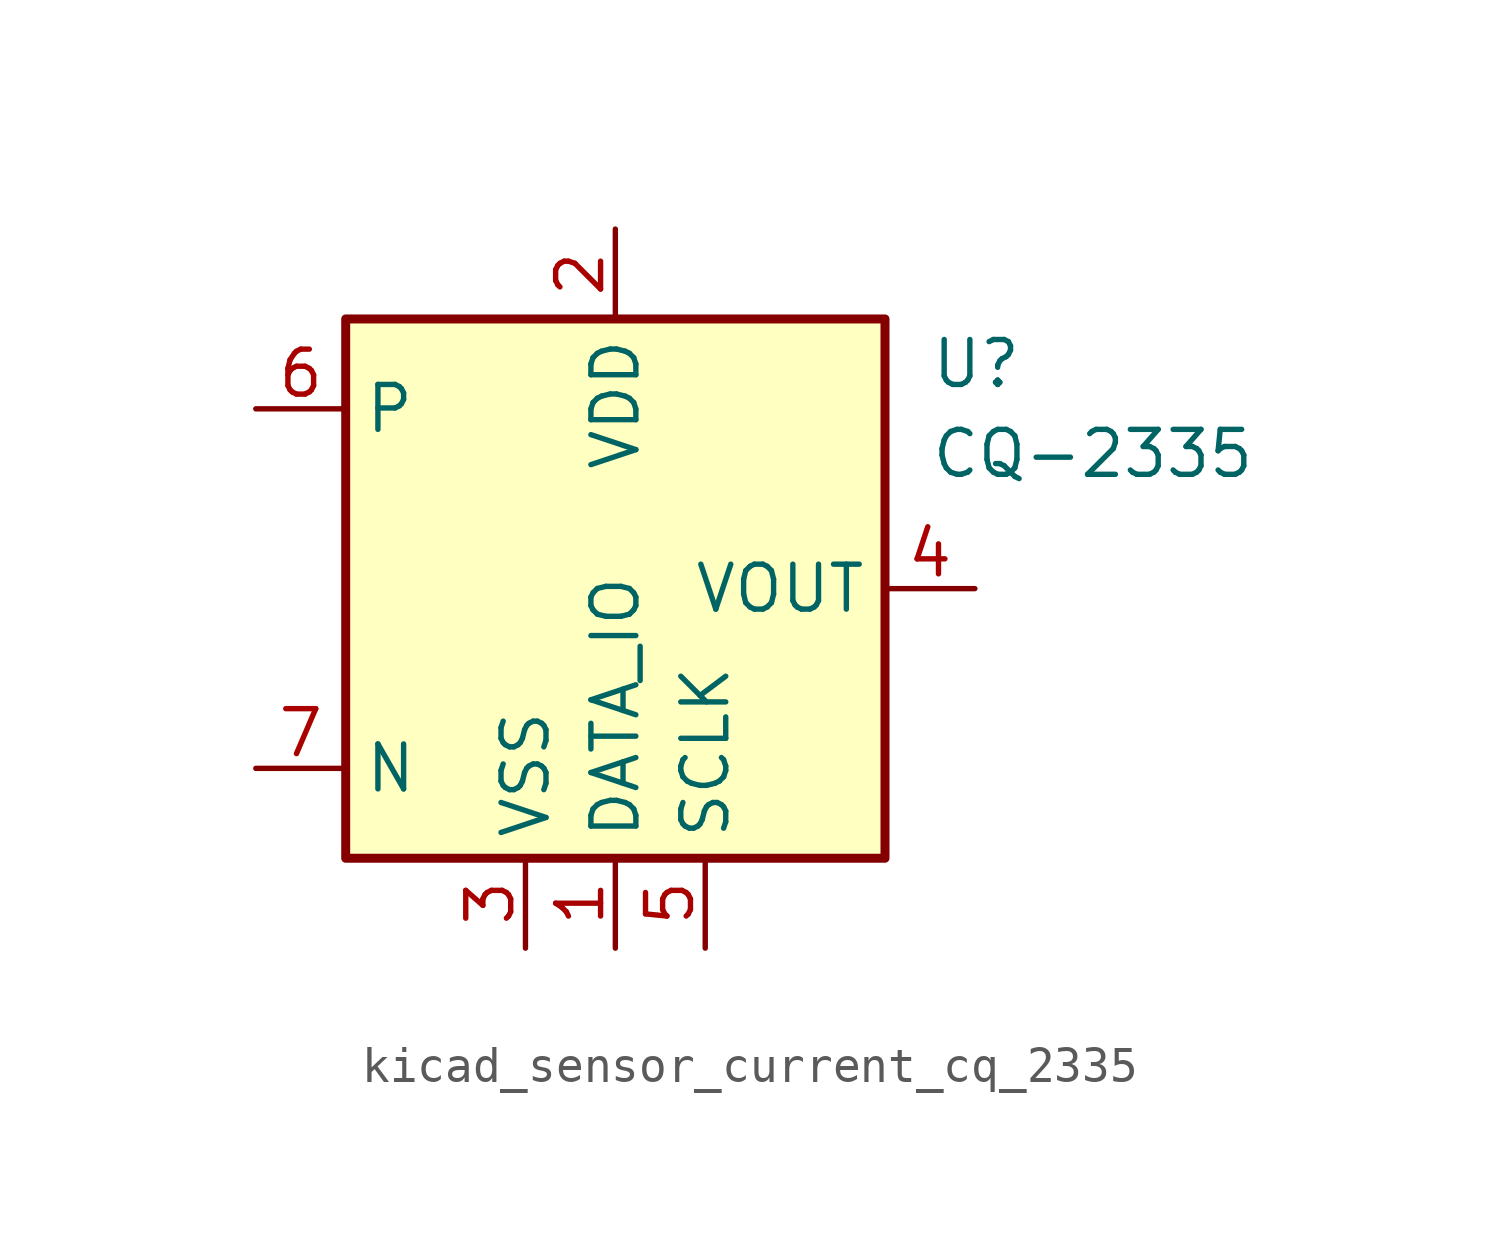
<source format=kicad_sym>
(kicad_symbol_lib
  (version 20220914)
  (generator kicad_symbol_editor)
  (symbol "kicad_sensor_current_cq_2335"
    (property "Reference" "U"
      (at 8.89 6.35 0)
      (effects (font (size 1.27 1.27)) (justify left)))
    (property "Value" "CQ-2335"
      (at 8.89 3.81 0)
      (effects (font (size 1.27 1.27)) (justify left)))
    (symbol "kicad_sensor_current_cq_2335_0_1"
      (rectangle (start -7.62 7.62) (end 7.62 -7.62) (stroke (width 0.254) (type default)) (fill (type background))))
    (symbol "kicad_sensor_current_cq_2335_1_1"
      (pin power_in line (at 0 -10.16 90) (length 2.54) (name "DATA_IO" (effects (font (size 1.27 1.27)))) (number "1" (effects (font (size 1.27 1.27)))))
      (pin power_in line (at 0 10.16 270) (length 2.54) (name "VDD" (effects (font (size 1.27 1.27)))) (number "2" (effects (font (size 1.27 1.27)))))
      (pin power_in line (at -2.54 -10.16 90) (length 2.54) (name "VSS" (effects (font (size 1.27 1.27)))) (number "3" (effects (font (size 1.27 1.27)))))
      (pin output line (at 10.16 0 180) (length 2.54) (name "VOUT" (effects (font (size 1.27 1.27)))) (number "4" (effects (font (size 1.27 1.27)))))
      (pin power_in line (at 2.54 -10.16 90) (length 2.54) (name "SCLK" (effects (font (size 1.27 1.27)))) (number "5" (effects (font (size 1.27 1.27)))))
      (pin passive line (at -10.16 5.08 0) (length 2.54) (name "P" (effects (font (size 1.27 1.27)))) (number "6" (effects (font (size 1.27 1.27)))))
      (pin passive line (at -10.16 -5.08 0) (length 2.54) (name "N" (effects (font (size 1.27 1.27)))) (number "7" (effects (font (size 1.27 1.27))))))))
</source>
